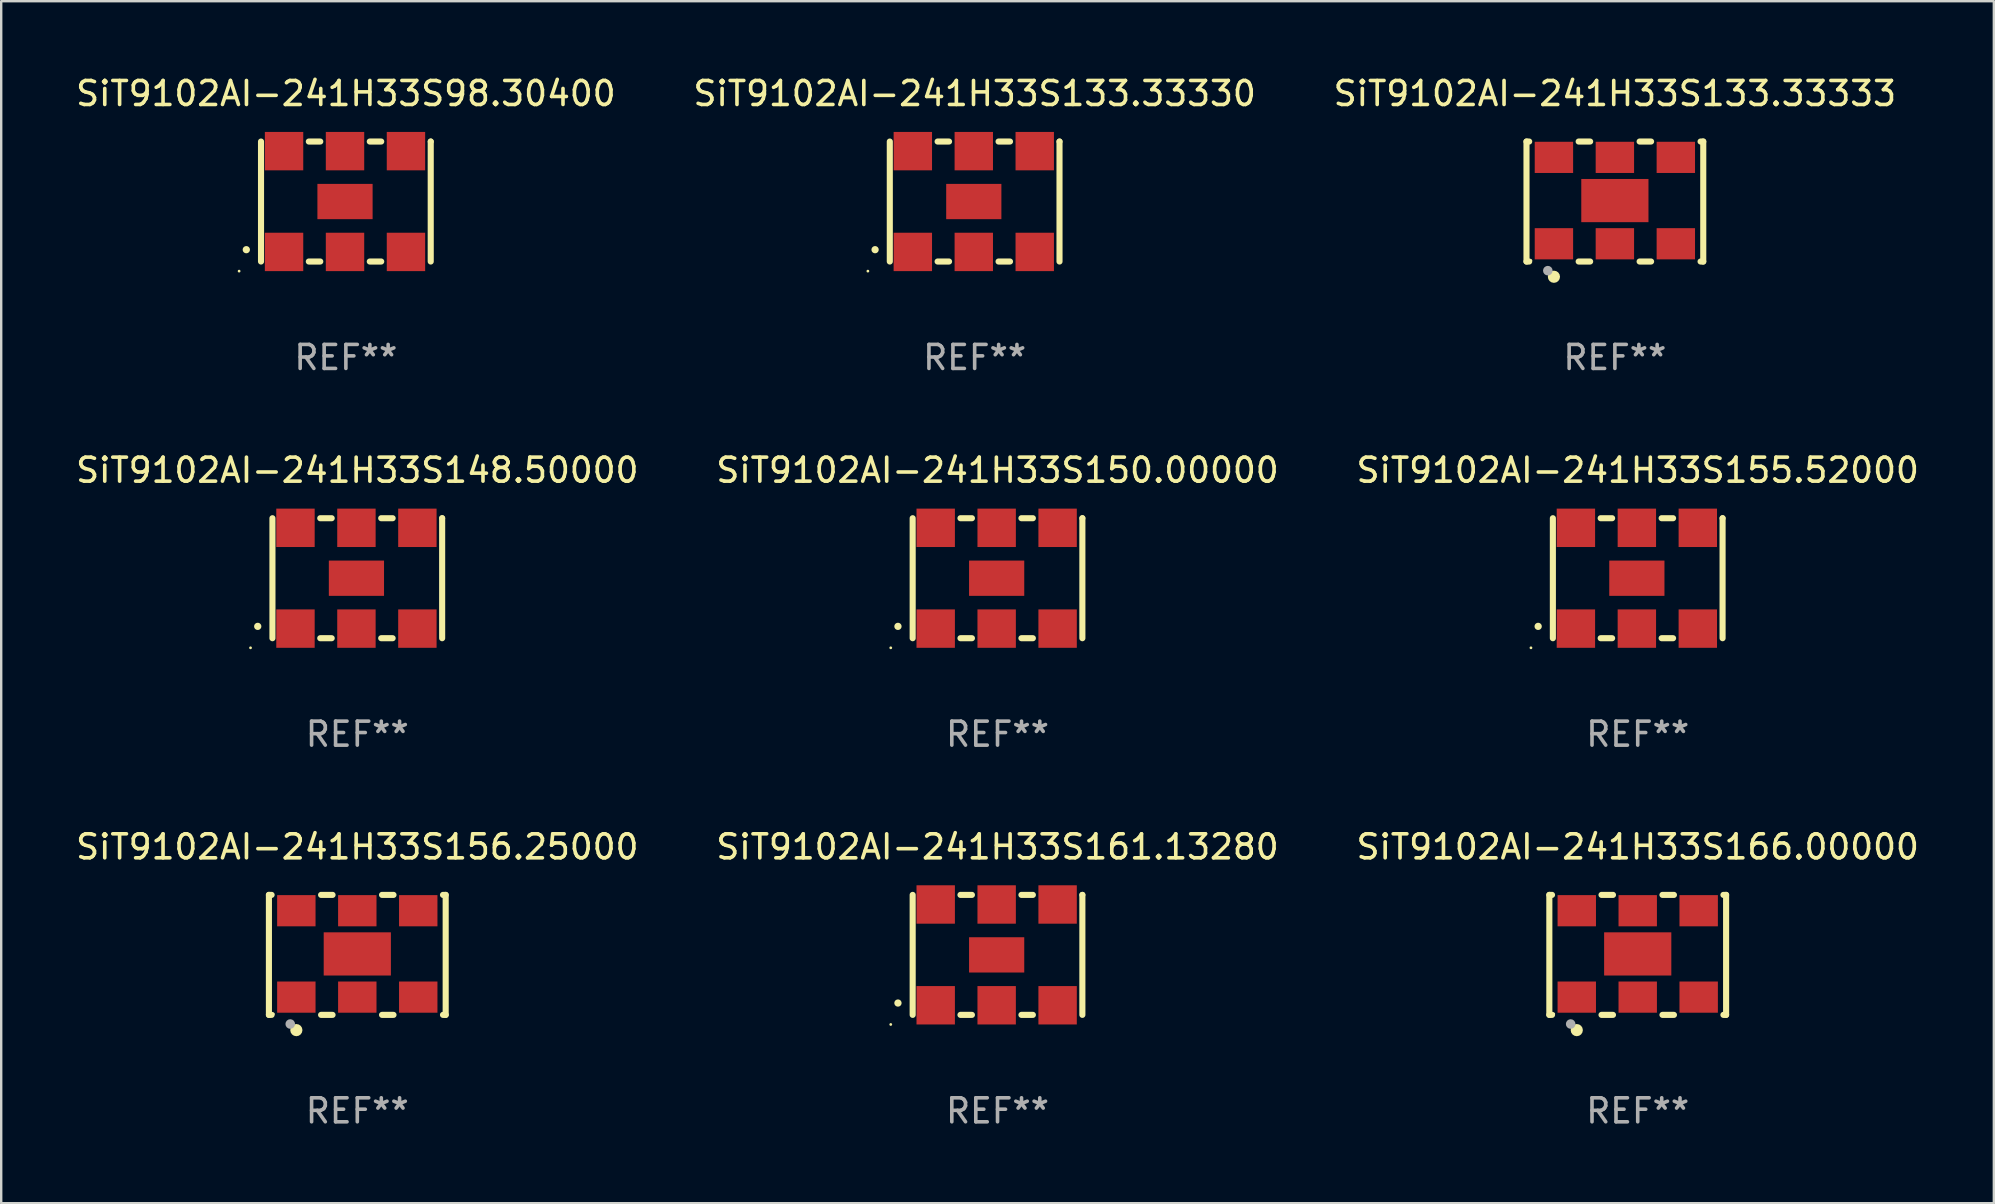
<source format=kicad_pcb>
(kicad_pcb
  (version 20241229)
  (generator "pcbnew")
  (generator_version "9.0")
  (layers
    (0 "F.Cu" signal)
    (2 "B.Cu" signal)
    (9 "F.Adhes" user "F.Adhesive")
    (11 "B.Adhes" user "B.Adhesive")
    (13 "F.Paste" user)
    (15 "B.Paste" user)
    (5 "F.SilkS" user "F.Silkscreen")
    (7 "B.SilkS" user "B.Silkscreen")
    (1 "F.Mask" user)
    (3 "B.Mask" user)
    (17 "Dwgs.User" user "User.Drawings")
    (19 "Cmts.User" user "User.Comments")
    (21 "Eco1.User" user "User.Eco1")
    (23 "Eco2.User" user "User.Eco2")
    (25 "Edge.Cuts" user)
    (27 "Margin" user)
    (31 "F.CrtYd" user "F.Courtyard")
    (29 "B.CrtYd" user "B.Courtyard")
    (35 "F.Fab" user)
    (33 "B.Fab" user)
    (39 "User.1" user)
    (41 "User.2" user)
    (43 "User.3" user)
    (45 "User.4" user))
  (footprint "SiT9102AI-241H33S148.50000"
    (layer "F.Cu")
    (at 11.839 21.045)
    (property "Reference" "SiT9102AI-241H33S148.50000" (at 0 -4.5 0) (layer "F.SilkS") (effects (font (size 1 1) (thickness 0.15))))
    (attr through_hole)
    (fp_line (start -3.536 -2.5) (end -3.536 2.5) (stroke (width 0.254) (type solid)) (layer "F.SilkS"))
    (fp_line (start -1.544 2.5) (end -1.067 2.5) (stroke (width 0.254) (type solid)) (layer "F.SilkS"))
    (fp_line (start -1.067 -2.5) (end -1.544 -2.5) (stroke (width 0.254) (type solid)) (layer "F.SilkS"))
    (fp_line (start 0.996 2.5) (end 1.473 2.5) (stroke (width 0.254) (type solid)) (layer "F.SilkS"))
    (fp_line (start 1.473 -2.5) (end 0.996 -2.5) (stroke (width 0.254) (type solid)) (layer "F.SilkS"))
    (fp_line (start 3.536 -2.5) (end 3.536 -2.5) (stroke (width 0.254) (type solid)) (layer "F.SilkS"))
    (fp_line (start 3.536 2.5) (end 3.536 -2.5) (stroke (width 0.254) (type solid)) (layer "F.SilkS"))
    (fp_arc (start -4.150432 2.006604) (mid -4.149162 2.006599) (end -4.147892 2.006604) (stroke (width 0.3) (type solid)) (layer "F.SilkS"))
    (fp_circle (center -4.449 2.9) (end -4.419 2.9) (stroke (width 0.06) (type solid)) (fill no) (layer "F.SilkS"))
    (fp_text user "REF**" (at 0 6.5 0) (layer "F.Fab") (effects (font (size 1 1) (thickness 0.15))))
    (pad "1" smd rect (at -2.576 2.1) (size 1.6 1.6) (layers "F.Cu" "F.Mask" "F.Paste"))
    (pad "2" smd rect (at -0.036 2.1) (size 1.6 1.6) (layers "F.Cu" "F.Mask" "F.Paste"))
    (pad "3" smd rect (at 2.504 2.1) (size 1.6 1.6) (layers "F.Cu" "F.Mask" "F.Paste"))
    (pad "4" smd rect (at 2.504 -2.1) (size 1.6 1.6) (layers "F.Cu" "F.Mask" "F.Paste"))
    (pad "5" smd rect (at -0.036 -2.1) (size 1.6 1.6) (layers "F.Cu" "F.Mask" "F.Paste"))
    (pad "6" smd rect (at -2.576 -2.1) (size 1.6 1.6) (layers "F.Cu" "F.Mask" "F.Paste"))
    (pad "7" smd rect (at -0.036 0) (size 2.3 1.47) (layers "F.Cu" "F.Mask" "F.Paste")))
  (footprint "SiT9102AI-241H33S166.00000"
    (layer "F.Cu")
    (at 65.196 36.741)
    (property "Reference" "SiT9102AI-241H33S166.00000" (at 0 -4.5 0) (layer "F.SilkS") (effects (font (size 1 1) (thickness 0.15))))
    (attr through_hole)
    (fp_line (start -3.683 -2.5) (end -3.571 -2.5) (stroke (width 0.254) (type solid)) (layer "F.SilkS"))
    (fp_line (start -3.683 2.5) (end -3.683 -2.5) (stroke (width 0.254) (type solid)) (layer "F.SilkS"))
    (fp_line (start -3.683 2.5) (end -3.571 2.5) (stroke (width 0.254) (type solid)) (layer "F.SilkS"))
    (fp_line (start -1.509 -2.5) (end -1.031 -2.5) (stroke (width 0.254) (type solid)) (layer "F.SilkS"))
    (fp_line (start -1.509 2.5) (end -1.031 2.5) (stroke (width 0.254) (type solid)) (layer "F.SilkS"))
    (fp_line (start 1.031 -2.5) (end 1.509 -2.5) (stroke (width 0.254) (type solid)) (layer "F.SilkS"))
    (fp_line (start 1.031 2.5) (end 1.509 2.5) (stroke (width 0.254) (type solid)) (layer "F.SilkS"))
    (fp_line (start 3.571 -2.5) (end 3.683 -2.5) (stroke (width 0.254) (type solid)) (layer "F.SilkS"))
    (fp_line (start 3.571 2.5) (end 3.683 2.5) (stroke (width 0.254) (type solid)) (layer "F.SilkS"))
    (fp_line (start 3.683 2.5) (end 3.683 -2.5) (stroke (width 0.254) (type solid)) (layer "F.SilkS"))
    (fp_circle (center -3.5 2.46) (end -3.47 2.46) (stroke (width 0.06) (type solid)) (fill no) (layer "F.SilkS"))
    (fp_circle (center -2.54 3.135) (end -2.413 3.135) (stroke (width 0.254) (type solid)) (fill no) (layer "F.SilkS"))
    (fp_circle (center -2.794 2.881) (end -2.694 2.881) (stroke (width 0.2) (type solid)) (fill no) (layer "F.Fab"))
    (fp_text user "REF**" (at 0 6.5 0) (layer "F.Fab") (effects (font (size 1 1) (thickness 0.15))))
    (pad "1" smd rect (at -2.54 1.76) (size 1.6 1.3) (layers "F.Cu" "F.Mask" "F.Paste"))
    (pad "2" smd rect (at 0 1.76) (size 1.6 1.3) (layers "F.Cu" "F.Mask" "F.Paste"))
    (pad "3" smd rect (at 2.54 1.76) (size 1.6 1.3) (layers "F.Cu" "F.Mask" "F.Paste"))
    (pad "4" smd rect (at 2.54 -1.84) (size 1.6 1.3) (layers "F.Cu" "F.Mask" "F.Paste"))
    (pad "5" smd rect (at 0 -1.84) (size 1.6 1.3) (layers "F.Cu" "F.Mask" "F.Paste"))
    (pad "6" smd rect (at -2.54 -1.84) (size 1.6 1.3) (layers "F.Cu" "F.Mask" "F.Paste"))
    (pad "7" smd rect (at 0 -0.04) (size 2.8 1.8) (layers "F.Cu" "F.Mask" "F.Paste")))
  (footprint "SiT9102AI-241H33S155.52000"
    (layer "F.Cu")
    (at 65.196 21.045)
    (property "Reference" "SiT9102AI-241H33S155.52000" (at 0 -4.5 0) (layer "F.SilkS") (effects (font (size 1 1) (thickness 0.15))))
    (attr through_hole)
    (fp_line (start -3.536 -2.5) (end -3.536 2.5) (stroke (width 0.254) (type solid)) (layer "F.SilkS"))
    (fp_line (start -1.544 2.5) (end -1.067 2.5) (stroke (width 0.254) (type solid)) (layer "F.SilkS"))
    (fp_line (start -1.067 -2.5) (end -1.544 -2.5) (stroke (width 0.254) (type solid)) (layer "F.SilkS"))
    (fp_line (start 0.996 2.5) (end 1.473 2.5) (stroke (width 0.254) (type solid)) (layer "F.SilkS"))
    (fp_line (start 1.473 -2.5) (end 0.996 -2.5) (stroke (width 0.254) (type solid)) (layer "F.SilkS"))
    (fp_line (start 3.536 -2.5) (end 3.536 -2.5) (stroke (width 0.254) (type solid)) (layer "F.SilkS"))
    (fp_line (start 3.536 2.5) (end 3.536 -2.5) (stroke (width 0.254) (type solid)) (layer "F.SilkS"))
    (fp_arc (start -4.150432 2.006604) (mid -4.149162 2.006599) (end -4.147892 2.006604) (stroke (width 0.3) (type solid)) (layer "F.SilkS"))
    (fp_circle (center -4.449 2.9) (end -4.419 2.9) (stroke (width 0.06) (type solid)) (fill no) (layer "F.SilkS"))
    (fp_text user "REF**" (at 0 6.5 0) (layer "F.Fab") (effects (font (size 1 1) (thickness 0.15))))
    (pad "1" smd rect (at -2.576 2.1) (size 1.6 1.6) (layers "F.Cu" "F.Mask" "F.Paste"))
    (pad "2" smd rect (at -0.036 2.1) (size 1.6 1.6) (layers "F.Cu" "F.Mask" "F.Paste"))
    (pad "3" smd rect (at 2.504 2.1) (size 1.6 1.6) (layers "F.Cu" "F.Mask" "F.Paste"))
    (pad "4" smd rect (at 2.504 -2.1) (size 1.6 1.6) (layers "F.Cu" "F.Mask" "F.Paste"))
    (pad "5" smd rect (at -0.036 -2.1) (size 1.6 1.6) (layers "F.Cu" "F.Mask" "F.Paste"))
    (pad "6" smd rect (at -2.576 -2.1) (size 1.6 1.6) (layers "F.Cu" "F.Mask" "F.Paste"))
    (pad "7" smd rect (at -0.036 0) (size 2.3 1.47) (layers "F.Cu" "F.Mask" "F.Paste")))
  (footprint "SiT9102AI-241H33S150.00000"
    (layer "F.Cu")
    (at 38.518 21.045)
    (property "Reference" "SiT9102AI-241H33S150.00000" (at 0 -4.5 0) (layer "F.SilkS") (effects (font (size 1 1) (thickness 0.15))))
    (attr through_hole)
    (fp_line (start -3.536 -2.5) (end -3.536 2.5) (stroke (width 0.254) (type solid)) (layer "F.SilkS"))
    (fp_line (start -1.544 2.5) (end -1.067 2.5) (stroke (width 0.254) (type solid)) (layer "F.SilkS"))
    (fp_line (start -1.067 -2.5) (end -1.544 -2.5) (stroke (width 0.254) (type solid)) (layer "F.SilkS"))
    (fp_line (start 0.996 2.5) (end 1.473 2.5) (stroke (width 0.254) (type solid)) (layer "F.SilkS"))
    (fp_line (start 1.473 -2.5) (end 0.996 -2.5) (stroke (width 0.254) (type solid)) (layer "F.SilkS"))
    (fp_line (start 3.536 -2.5) (end 3.536 -2.5) (stroke (width 0.254) (type solid)) (layer "F.SilkS"))
    (fp_line (start 3.536 2.5) (end 3.536 -2.5) (stroke (width 0.254) (type solid)) (layer "F.SilkS"))
    (fp_arc (start -4.150432 2.006604) (mid -4.149162 2.006599) (end -4.147892 2.006604) (stroke (width 0.3) (type solid)) (layer "F.SilkS"))
    (fp_circle (center -4.449 2.9) (end -4.419 2.9) (stroke (width 0.06) (type solid)) (fill no) (layer "F.SilkS"))
    (fp_text user "REF**" (at 0 6.5 0) (layer "F.Fab") (effects (font (size 1 1) (thickness 0.15))))
    (pad "1" smd rect (at -2.576 2.1) (size 1.6 1.6) (layers "F.Cu" "F.Mask" "F.Paste"))
    (pad "2" smd rect (at -0.036 2.1) (size 1.6 1.6) (layers "F.Cu" "F.Mask" "F.Paste"))
    (pad "3" smd rect (at 2.504 2.1) (size 1.6 1.6) (layers "F.Cu" "F.Mask" "F.Paste"))
    (pad "4" smd rect (at 2.504 -2.1) (size 1.6 1.6) (layers "F.Cu" "F.Mask" "F.Paste"))
    (pad "5" smd rect (at -0.036 -2.1) (size 1.6 1.6) (layers "F.Cu" "F.Mask" "F.Paste"))
    (pad "6" smd rect (at -2.576 -2.1) (size 1.6 1.6) (layers "F.Cu" "F.Mask" "F.Paste"))
    (pad "7" smd rect (at -0.036 0) (size 2.3 1.47) (layers "F.Cu" "F.Mask" "F.Paste")))
  (footprint "SiT9102AI-241H33S98.30400"
    (layer "F.Cu")
    (at 11.363 5.348)
    (property "Reference" "SiT9102AI-241H33S98.30400" (at 0 -4.5 0) (layer "F.SilkS") (effects (font (size 1 1) (thickness 0.15))))
    (attr through_hole)
    (fp_line (start -3.536 -2.5) (end -3.536 2.5) (stroke (width 0.254) (type solid)) (layer "F.SilkS"))
    (fp_line (start -1.544 2.5) (end -1.067 2.5) (stroke (width 0.254) (type solid)) (layer "F.SilkS"))
    (fp_line (start -1.067 -2.5) (end -1.544 -2.5) (stroke (width 0.254) (type solid)) (layer "F.SilkS"))
    (fp_line (start 0.996 2.5) (end 1.473 2.5) (stroke (width 0.254) (type solid)) (layer "F.SilkS"))
    (fp_line (start 1.473 -2.5) (end 0.996 -2.5) (stroke (width 0.254) (type solid)) (layer "F.SilkS"))
    (fp_line (start 3.536 -2.5) (end 3.536 -2.5) (stroke (width 0.254) (type solid)) (layer "F.SilkS"))
    (fp_line (start 3.536 2.5) (end 3.536 -2.5) (stroke (width 0.254) (type solid)) (layer "F.SilkS"))
    (fp_arc (start -4.150432 2.006604) (mid -4.149162 2.006599) (end -4.147892 2.006604) (stroke (width 0.3) (type solid)) (layer "F.SilkS"))
    (fp_circle (center -4.449 2.9) (end -4.419 2.9) (stroke (width 0.06) (type solid)) (fill no) (layer "F.SilkS"))
    (fp_text user "REF**" (at 0 6.5 0) (layer "F.Fab") (effects (font (size 1 1) (thickness 0.15))))
    (pad "1" smd rect (at -2.576 2.1) (size 1.6 1.6) (layers "F.Cu" "F.Mask" "F.Paste"))
    (pad "2" smd rect (at -0.036 2.1) (size 1.6 1.6) (layers "F.Cu" "F.Mask" "F.Paste"))
    (pad "3" smd rect (at 2.504 2.1) (size 1.6 1.6) (layers "F.Cu" "F.Mask" "F.Paste"))
    (pad "4" smd rect (at 2.504 -2.1) (size 1.6 1.6) (layers "F.Cu" "F.Mask" "F.Paste"))
    (pad "5" smd rect (at -0.036 -2.1) (size 1.6 1.6) (layers "F.Cu" "F.Mask" "F.Paste"))
    (pad "6" smd rect (at -2.576 -2.1) (size 1.6 1.6) (layers "F.Cu" "F.Mask" "F.Paste"))
    (pad "7" smd rect (at -0.036 0) (size 2.3 1.47) (layers "F.Cu" "F.Mask" "F.Paste")))
  (footprint "SiT9102AI-241H33S133.33333"
    (layer "F.Cu")
    (at 64.244 5.348)
    (property "Reference" "SiT9102AI-241H33S133.33333" (at 0 -4.5 0) (layer "F.SilkS") (effects (font (size 1 1) (thickness 0.15))))
    (attr through_hole)
    (fp_line (start -3.683 -2.5) (end -3.571 -2.5) (stroke (width 0.254) (type solid)) (layer "F.SilkS"))
    (fp_line (start -3.683 2.5) (end -3.683 -2.5) (stroke (width 0.254) (type solid)) (layer "F.SilkS"))
    (fp_line (start -3.683 2.5) (end -3.571 2.5) (stroke (width 0.254) (type solid)) (layer "F.SilkS"))
    (fp_line (start -1.509 -2.5) (end -1.031 -2.5) (stroke (width 0.254) (type solid)) (layer "F.SilkS"))
    (fp_line (start -1.509 2.5) (end -1.031 2.5) (stroke (width 0.254) (type solid)) (layer "F.SilkS"))
    (fp_line (start 1.031 -2.5) (end 1.509 -2.5) (stroke (width 0.254) (type solid)) (layer "F.SilkS"))
    (fp_line (start 1.031 2.5) (end 1.509 2.5) (stroke (width 0.254) (type solid)) (layer "F.SilkS"))
    (fp_line (start 3.571 -2.5) (end 3.683 -2.5) (stroke (width 0.254) (type solid)) (layer "F.SilkS"))
    (fp_line (start 3.571 2.5) (end 3.683 2.5) (stroke (width 0.254) (type solid)) (layer "F.SilkS"))
    (fp_line (start 3.683 2.5) (end 3.683 -2.5) (stroke (width 0.254) (type solid)) (layer "F.SilkS"))
    (fp_circle (center -3.5 2.46) (end -3.47 2.46) (stroke (width 0.06) (type solid)) (fill no) (layer "F.SilkS"))
    (fp_circle (center -2.54 3.135) (end -2.413 3.135) (stroke (width 0.254) (type solid)) (fill no) (layer "F.SilkS"))
    (fp_circle (center -2.794 2.881) (end -2.694 2.881) (stroke (width 0.2) (type solid)) (fill no) (layer "F.Fab"))
    (fp_text user "REF**" (at 0 6.5 0) (layer "F.Fab") (effects (font (size 1 1) (thickness 0.15))))
    (pad "1" smd rect (at -2.54 1.76) (size 1.6 1.3) (layers "F.Cu" "F.Mask" "F.Paste"))
    (pad "2" smd rect (at 0 1.76) (size 1.6 1.3) (layers "F.Cu" "F.Mask" "F.Paste"))
    (pad "3" smd rect (at 2.54 1.76) (size 1.6 1.3) (layers "F.Cu" "F.Mask" "F.Paste"))
    (pad "4" smd rect (at 2.54 -1.84) (size 1.6 1.3) (layers "F.Cu" "F.Mask" "F.Paste"))
    (pad "5" smd rect (at 0 -1.84) (size 1.6 1.3) (layers "F.Cu" "F.Mask" "F.Paste"))
    (pad "6" smd rect (at -2.54 -1.84) (size 1.6 1.3) (layers "F.Cu" "F.Mask" "F.Paste"))
    (pad "7" smd rect (at 0 -0.04) (size 2.8 1.8) (layers "F.Cu" "F.Mask" "F.Paste")))
  (footprint "SiT9102AI-241H33S133.33330"
    (layer "F.Cu")
    (at 37.565 5.348)
    (property "Reference" "SiT9102AI-241H33S133.33330" (at 0 -4.5 0) (layer "F.SilkS") (effects (font (size 1 1) (thickness 0.15))))
    (attr through_hole)
    (fp_line (start -3.536 -2.5) (end -3.536 2.5) (stroke (width 0.254) (type solid)) (layer "F.SilkS"))
    (fp_line (start -1.544 2.5) (end -1.067 2.5) (stroke (width 0.254) (type solid)) (layer "F.SilkS"))
    (fp_line (start -1.067 -2.5) (end -1.544 -2.5) (stroke (width 0.254) (type solid)) (layer "F.SilkS"))
    (fp_line (start 0.996 2.5) (end 1.473 2.5) (stroke (width 0.254) (type solid)) (layer "F.SilkS"))
    (fp_line (start 1.473 -2.5) (end 0.996 -2.5) (stroke (width 0.254) (type solid)) (layer "F.SilkS"))
    (fp_line (start 3.536 -2.5) (end 3.536 -2.5) (stroke (width 0.254) (type solid)) (layer "F.SilkS"))
    (fp_line (start 3.536 2.5) (end 3.536 -2.5) (stroke (width 0.254) (type solid)) (layer "F.SilkS"))
    (fp_arc (start -4.150432 2.006604) (mid -4.149162 2.006599) (end -4.147892 2.006604) (stroke (width 0.3) (type solid)) (layer "F.SilkS"))
    (fp_circle (center -4.449 2.9) (end -4.419 2.9) (stroke (width 0.06) (type solid)) (fill no) (layer "F.SilkS"))
    (fp_text user "REF**" (at 0 6.5 0) (layer "F.Fab") (effects (font (size 1 1) (thickness 0.15))))
    (pad "1" smd rect (at -2.576 2.1) (size 1.6 1.6) (layers "F.Cu" "F.Mask" "F.Paste"))
    (pad "2" smd rect (at -0.036 2.1) (size 1.6 1.6) (layers "F.Cu" "F.Mask" "F.Paste"))
    (pad "3" smd rect (at 2.504 2.1) (size 1.6 1.6) (layers "F.Cu" "F.Mask" "F.Paste"))
    (pad "4" smd rect (at 2.504 -2.1) (size 1.6 1.6) (layers "F.Cu" "F.Mask" "F.Paste"))
    (pad "5" smd rect (at -0.036 -2.1) (size 1.6 1.6) (layers "F.Cu" "F.Mask" "F.Paste"))
    (pad "6" smd rect (at -2.576 -2.1) (size 1.6 1.6) (layers "F.Cu" "F.Mask" "F.Paste"))
    (pad "7" smd rect (at -0.036 0) (size 2.3 1.47) (layers "F.Cu" "F.Mask" "F.Paste")))
  (footprint "SiT9102AI-241H33S161.13280"
    (layer "F.Cu")
    (at 38.518 36.741)
    (property "Reference" "SiT9102AI-241H33S161.13280" (at 0 -4.5 0) (layer "F.SilkS") (effects (font (size 1 1) (thickness 0.15))))
    (attr through_hole)
    (fp_line (start -3.536 -2.5) (end -3.536 2.5) (stroke (width 0.254) (type solid)) (layer "F.SilkS"))
    (fp_line (start -1.544 2.5) (end -1.067 2.5) (stroke (width 0.254) (type solid)) (layer "F.SilkS"))
    (fp_line (start -1.067 -2.5) (end -1.544 -2.5) (stroke (width 0.254) (type solid)) (layer "F.SilkS"))
    (fp_line (start 0.996 2.5) (end 1.473 2.5) (stroke (width 0.254) (type solid)) (layer "F.SilkS"))
    (fp_line (start 1.473 -2.5) (end 0.996 -2.5) (stroke (width 0.254) (type solid)) (layer "F.SilkS"))
    (fp_line (start 3.536 -2.5) (end 3.536 -2.5) (stroke (width 0.254) (type solid)) (layer "F.SilkS"))
    (fp_line (start 3.536 2.5) (end 3.536 -2.5) (stroke (width 0.254) (type solid)) (layer "F.SilkS"))
    (fp_arc (start -4.150432 2.006604) (mid -4.149162 2.006599) (end -4.147892 2.006604) (stroke (width 0.3) (type solid)) (layer "F.SilkS"))
    (fp_circle (center -4.449 2.9) (end -4.419 2.9) (stroke (width 0.06) (type solid)) (fill no) (layer "F.SilkS"))
    (fp_text user "REF**" (at 0 6.5 0) (layer "F.Fab") (effects (font (size 1 1) (thickness 0.15))))
    (pad "1" smd rect (at -2.576 2.1) (size 1.6 1.6) (layers "F.Cu" "F.Mask" "F.Paste"))
    (pad "2" smd rect (at -0.036 2.1) (size 1.6 1.6) (layers "F.Cu" "F.Mask" "F.Paste"))
    (pad "3" smd rect (at 2.504 2.1) (size 1.6 1.6) (layers "F.Cu" "F.Mask" "F.Paste"))
    (pad "4" smd rect (at 2.504 -2.1) (size 1.6 1.6) (layers "F.Cu" "F.Mask" "F.Paste"))
    (pad "5" smd rect (at -0.036 -2.1) (size 1.6 1.6) (layers "F.Cu" "F.Mask" "F.Paste"))
    (pad "6" smd rect (at -2.576 -2.1) (size 1.6 1.6) (layers "F.Cu" "F.Mask" "F.Paste"))
    (pad "7" smd rect (at -0.036 0) (size 2.3 1.47) (layers "F.Cu" "F.Mask" "F.Paste")))
  (footprint "SiT9102AI-241H33S156.25000"
    (layer "F.Cu")
    (at 11.839 36.741)
    (property "Reference" "SiT9102AI-241H33S156.25000" (at 0 -4.5 0) (layer "F.SilkS") (effects (font (size 1 1) (thickness 0.15))))
    (attr through_hole)
    (fp_line (start -3.683 -2.5) (end -3.571 -2.5) (stroke (width 0.254) (type solid)) (layer "F.SilkS"))
    (fp_line (start -3.683 2.5) (end -3.683 -2.5) (stroke (width 0.254) (type solid)) (layer "F.SilkS"))
    (fp_line (start -3.683 2.5) (end -3.571 2.5) (stroke (width 0.254) (type solid)) (layer "F.SilkS"))
    (fp_line (start -1.509 -2.5) (end -1.031 -2.5) (stroke (width 0.254) (type solid)) (layer "F.SilkS"))
    (fp_line (start -1.509 2.5) (end -1.031 2.5) (stroke (width 0.254) (type solid)) (layer "F.SilkS"))
    (fp_line (start 1.031 -2.5) (end 1.509 -2.5) (stroke (width 0.254) (type solid)) (layer "F.SilkS"))
    (fp_line (start 1.031 2.5) (end 1.509 2.5) (stroke (width 0.254) (type solid)) (layer "F.SilkS"))
    (fp_line (start 3.571 -2.5) (end 3.683 -2.5) (stroke (width 0.254) (type solid)) (layer "F.SilkS"))
    (fp_line (start 3.571 2.5) (end 3.683 2.5) (stroke (width 0.254) (type solid)) (layer "F.SilkS"))
    (fp_line (start 3.683 2.5) (end 3.683 -2.5) (stroke (width 0.254) (type solid)) (layer "F.SilkS"))
    (fp_circle (center -3.5 2.46) (end -3.47 2.46) (stroke (width 0.06) (type solid)) (fill no) (layer "F.SilkS"))
    (fp_circle (center -2.54 3.135) (end -2.413 3.135) (stroke (width 0.254) (type solid)) (fill no) (layer "F.SilkS"))
    (fp_circle (center -2.794 2.881) (end -2.694 2.881) (stroke (width 0.2) (type solid)) (fill no) (layer "F.Fab"))
    (fp_text user "REF**" (at 0 6.5 0) (layer "F.Fab") (effects (font (size 1 1) (thickness 0.15))))
    (pad "1" smd rect (at -2.54 1.76) (size 1.6 1.3) (layers "F.Cu" "F.Mask" "F.Paste"))
    (pad "2" smd rect (at 0 1.76) (size 1.6 1.3) (layers "F.Cu" "F.Mask" "F.Paste"))
    (pad "3" smd rect (at 2.54 1.76) (size 1.6 1.3) (layers "F.Cu" "F.Mask" "F.Paste"))
    (pad "4" smd rect (at 2.54 -1.84) (size 1.6 1.3) (layers "F.Cu" "F.Mask" "F.Paste"))
    (pad "5" smd rect (at 0 -1.84) (size 1.6 1.3) (layers "F.Cu" "F.Mask" "F.Paste"))
    (pad "6" smd rect (at -2.54 -1.84) (size 1.6 1.3) (layers "F.Cu" "F.Mask" "F.Paste"))
    (pad "7" smd rect (at 0 -0.04) (size 2.8 1.8) (layers "F.Cu" "F.Mask" "F.Paste")))
  (gr_rect
    (start -3 -3)
    (end 80.036 47.09)
    (stroke (width 0.1) (type default))
    (fill no)
    (layer "Edge.Cuts")))
</source>
